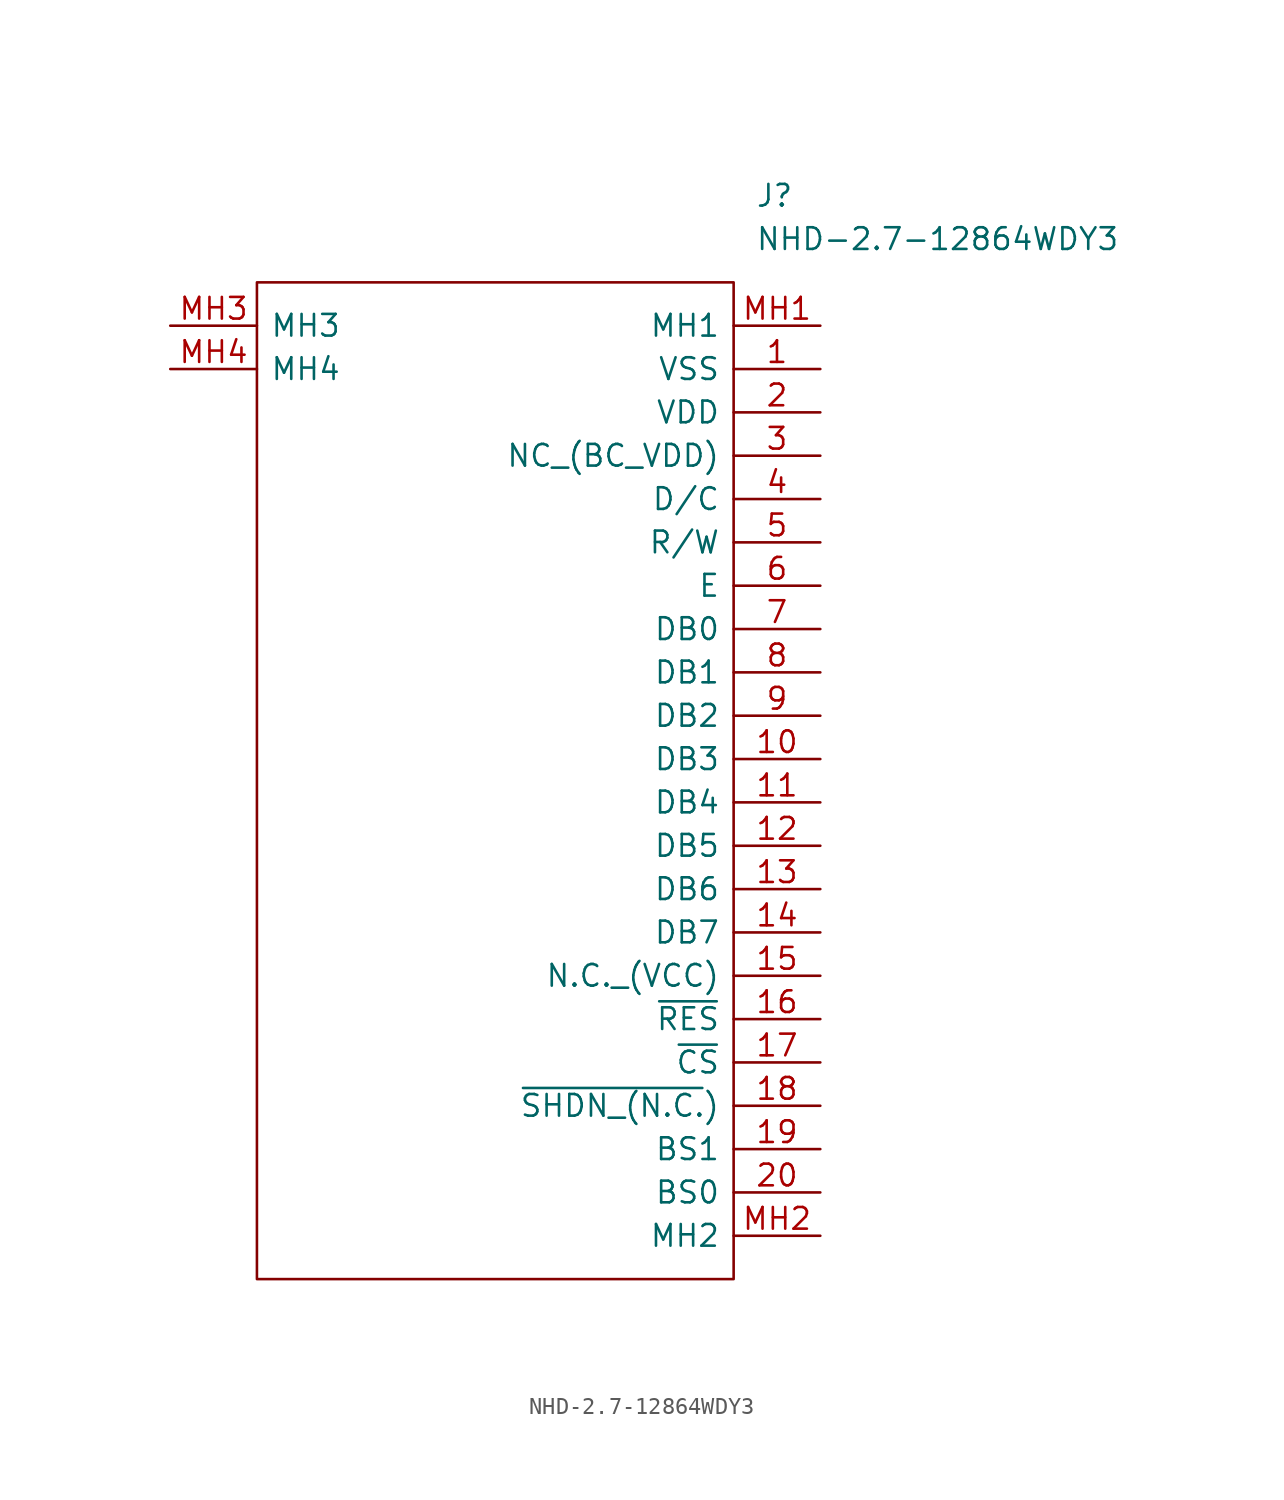
<source format=kicad_sym>
(kicad_symbol_lib
  (version 20211014)
  (generator kicad_symbol_editor)
  (symbol "NHD-2.7-12864WDY3"
    (pin_names
      (offset 0.762))
    (property "Reference" "J"
      (at 34.29 7.62 0)
      (effects (font (size 1.27 1.27)) (justify left)))
    (property "Value" "NHD-2.7-12864WDY3"
      (at 34.29 5.08 0)
      (effects (font (size 1.27 1.27)) (justify left)))
    (symbol "NHD-2.7-12864WDY3_0_0"
      (pin passive line (at 38.1 -2.54 180) (length 5.08) (name "VSS" (effects (font (size 1.27 1.27)))) (number "1" (effects (font (size 1.27 1.27)))))
      (pin passive line (at 38.1 -25.4 180) (length 5.08) (name "DB3" (effects (font (size 1.27 1.27)))) (number "10" (effects (font (size 1.27 1.27)))))
      (pin passive line (at 38.1 -27.94 180) (length 5.08) (name "DB4" (effects (font (size 1.27 1.27)))) (number "11" (effects (font (size 1.27 1.27)))))
      (pin passive line (at 38.1 -30.48 180) (length 5.08) (name "DB5" (effects (font (size 1.27 1.27)))) (number "12" (effects (font (size 1.27 1.27)))))
      (pin passive line (at 38.1 -33.02 180) (length 5.08) (name "DB6" (effects (font (size 1.27 1.27)))) (number "13" (effects (font (size 1.27 1.27)))))
      (pin passive line (at 38.1 -35.56 180) (length 5.08) (name "DB7" (effects (font (size 1.27 1.27)))) (number "14" (effects (font (size 1.27 1.27)))))
      (pin passive line (at 38.1 -38.1 180) (length 5.08) (name "N.C._(VCC)" (effects (font (size 1.27 1.27)))) (number "15" (effects (font (size 1.27 1.27)))))
      (pin passive line (at 38.1 -40.64 180) (length 5.08) (name "~{RES}" (effects (font (size 1.27 1.27)))) (number "16" (effects (font (size 1.27 1.27)))))
      (pin passive line (at 38.1 -43.18 180) (length 5.08) (name "~{CS}" (effects (font (size 1.27 1.27)))) (number "17" (effects (font (size 1.27 1.27)))))
      (pin passive line (at 38.1 -45.72 180) (length 5.08) (name "~{SHDN_(N.C.})" (effects (font (size 1.27 1.27)))) (number "18" (effects (font (size 1.27 1.27)))))
      (pin passive line (at 38.1 -48.26 180) (length 5.08) (name "BS1" (effects (font (size 1.27 1.27)))) (number "19" (effects (font (size 1.27 1.27)))))
      (pin passive line (at 38.1 -5.08 180) (length 5.08) (name "VDD" (effects (font (size 1.27 1.27)))) (number "2" (effects (font (size 1.27 1.27)))))
      (pin passive line (at 38.1 -50.8 180) (length 5.08) (name "BS0" (effects (font (size 1.27 1.27)))) (number "20" (effects (font (size 1.27 1.27)))))
      (pin passive line (at 38.1 -7.62 180) (length 5.08) (name "NC_(BC_VDD)" (effects (font (size 1.27 1.27)))) (number "3" (effects (font (size 1.27 1.27)))))
      (pin passive line (at 38.1 -10.16 180) (length 5.08) (name "D/C" (effects (font (size 1.27 1.27)))) (number "4" (effects (font (size 1.27 1.27)))))
      (pin passive line (at 38.1 -12.7 180) (length 5.08) (name "R/W" (effects (font (size 1.27 1.27)))) (number "5" (effects (font (size 1.27 1.27)))))
      (pin passive line (at 38.1 -15.24 180) (length 5.08) (name "E" (effects (font (size 1.27 1.27)))) (number "6" (effects (font (size 1.27 1.27)))))
      (pin passive line (at 38.1 -17.78 180) (length 5.08) (name "DB0" (effects (font (size 1.27 1.27)))) (number "7" (effects (font (size 1.27 1.27)))))
      (pin passive line (at 38.1 -20.32 180) (length 5.08) (name "DB1" (effects (font (size 1.27 1.27)))) (number "8" (effects (font (size 1.27 1.27)))))
      (pin passive line (at 38.1 -22.86 180) (length 5.08) (name "DB2" (effects (font (size 1.27 1.27)))) (number "9" (effects (font (size 1.27 1.27)))))
      (pin passive line (at 38.1 0 180) (length 5.08) (name "MH1" (effects (font (size 1.27 1.27)))) (number "MH1" (effects (font (size 1.27 1.27)))))
      (pin passive line (at 38.1 -53.34 180) (length 5.08) (name "MH2" (effects (font (size 1.27 1.27)))) (number "MH2" (effects (font (size 1.27 1.27)))))
      (pin passive line (at 0 0 0) (length 5.08) (name "MH3" (effects (font (size 1.27 1.27)))) (number "MH3" (effects (font (size 1.27 1.27)))))
      (pin passive line (at 0 -2.54 0) (length 5.08) (name "MH4" (effects (font (size 1.27 1.27)))) (number "MH4" (effects (font (size 1.27 1.27))))))
    (symbol "NHD-2.7-12864WDY3_0_1"
      (polyline (pts (xy 5.08 2.54) (xy 33.02 2.54) (xy 33.02 -55.88) (xy 5.08 -55.88) (xy 5.08 2.54)) (stroke (width 0.152) (type default) (color 0 0 0 0)) (fill (type none))))))
</source>
